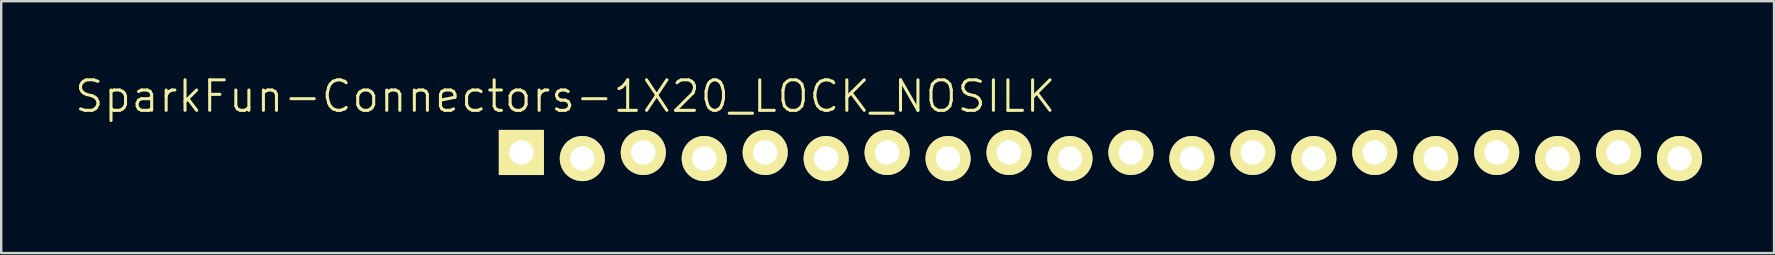
<source format=kicad_pcb>
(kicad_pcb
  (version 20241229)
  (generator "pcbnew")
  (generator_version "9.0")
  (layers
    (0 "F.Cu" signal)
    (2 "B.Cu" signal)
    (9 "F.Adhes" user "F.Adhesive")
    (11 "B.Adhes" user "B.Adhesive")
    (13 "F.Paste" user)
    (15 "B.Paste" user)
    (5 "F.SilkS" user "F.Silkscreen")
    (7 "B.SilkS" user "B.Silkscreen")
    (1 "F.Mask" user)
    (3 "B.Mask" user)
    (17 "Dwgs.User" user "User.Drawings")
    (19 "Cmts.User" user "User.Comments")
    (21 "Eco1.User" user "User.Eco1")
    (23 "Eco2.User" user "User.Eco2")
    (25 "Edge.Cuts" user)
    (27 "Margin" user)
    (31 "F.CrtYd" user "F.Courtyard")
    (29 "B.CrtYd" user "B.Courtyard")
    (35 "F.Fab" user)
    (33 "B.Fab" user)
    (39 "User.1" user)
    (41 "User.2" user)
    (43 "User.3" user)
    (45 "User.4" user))
  (footprint "SparkFun-Connectors-1X20_LOCK_NOSILK"
    (layer "F.Cu")
    (at 18.676 3.43)
    (property "Reference" "SparkFun-Connectors-1X20_LOCK_NOSILK" (at 1.829 -2.464 0) (layer "F.SilkS") (effects (font (size 1.27 1.27) (thickness 0.127))))
    (attr exclude_from_pos_files exclude_from_bom)
    (fp_line (start -0.254 -0.254) (end 0.254 -0.254) (stroke (width 0.066) (type solid)) (layer "F.SilkS"))
    (fp_line (start -0.254 0.254) (end -0.254 -0.254) (stroke (width 0.066) (type solid)) (layer "F.SilkS"))
    (fp_line (start -0.254 0.254) (end 0.254 0.254) (stroke (width 0.066) (type solid)) (layer "F.SilkS"))
    (fp_line (start 0.254 0.254) (end 0.254 -0.254) (stroke (width 0.066) (type solid)) (layer "F.SilkS"))
    (fp_line (start 2.286 -0.254) (end 2.794 -0.254) (stroke (width 0.066) (type solid)) (layer "F.SilkS"))
    (fp_line (start 2.286 0.254) (end 2.286 -0.254) (stroke (width 0.066) (type solid)) (layer "F.SilkS"))
    (fp_line (start 2.286 0.254) (end 2.794 0.254) (stroke (width 0.066) (type solid)) (layer "F.SilkS"))
    (fp_line (start 2.794 0.254) (end 2.794 -0.254) (stroke (width 0.066) (type solid)) (layer "F.SilkS"))
    (fp_line (start 4.826 -0.254) (end 5.334 -0.254) (stroke (width 0.066) (type solid)) (layer "F.SilkS"))
    (fp_line (start 4.826 0.254) (end 4.826 -0.254) (stroke (width 0.066) (type solid)) (layer "F.SilkS"))
    (fp_line (start 4.826 0.254) (end 5.334 0.254) (stroke (width 0.066) (type solid)) (layer "F.SilkS"))
    (fp_line (start 5.334 0.254) (end 5.334 -0.254) (stroke (width 0.066) (type solid)) (layer "F.SilkS"))
    (fp_line (start 7.366 -0.254) (end 7.874 -0.254) (stroke (width 0.066) (type solid)) (layer "F.SilkS"))
    (fp_line (start 7.366 0.254) (end 7.366 -0.254) (stroke (width 0.066) (type solid)) (layer "F.SilkS"))
    (fp_line (start 7.366 0.254) (end 7.874 0.254) (stroke (width 0.066) (type solid)) (layer "F.SilkS"))
    (fp_line (start 7.874 0.254) (end 7.874 -0.254) (stroke (width 0.066) (type solid)) (layer "F.SilkS"))
    (fp_line (start 9.906 -0.254) (end 10.414 -0.254) (stroke (width 0.066) (type solid)) (layer "F.SilkS"))
    (fp_line (start 9.906 0.254) (end 9.906 -0.254) (stroke (width 0.066) (type solid)) (layer "F.SilkS"))
    (fp_line (start 9.906 0.254) (end 10.414 0.254) (stroke (width 0.066) (type solid)) (layer "F.SilkS"))
    (fp_line (start 10.414 0.254) (end 10.414 -0.254) (stroke (width 0.066) (type solid)) (layer "F.SilkS"))
    (fp_line (start 12.446 -0.254) (end 12.954 -0.254) (stroke (width 0.066) (type solid)) (layer "F.SilkS"))
    (fp_line (start 12.446 0.254) (end 12.446 -0.254) (stroke (width 0.066) (type solid)) (layer "F.SilkS"))
    (fp_line (start 12.446 0.254) (end 12.954 0.254) (stroke (width 0.066) (type solid)) (layer "F.SilkS"))
    (fp_line (start 12.954 0.254) (end 12.954 -0.254) (stroke (width 0.066) (type solid)) (layer "F.SilkS"))
    (fp_line (start 14.986 -0.254) (end 15.494 -0.254) (stroke (width 0.066) (type solid)) (layer "F.SilkS"))
    (fp_line (start 14.986 0.254) (end 14.986 -0.254) (stroke (width 0.066) (type solid)) (layer "F.SilkS"))
    (fp_line (start 14.986 0.254) (end 15.494 0.254) (stroke (width 0.066) (type solid)) (layer "F.SilkS"))
    (fp_line (start 15.494 0.254) (end 15.494 -0.254) (stroke (width 0.066) (type solid)) (layer "F.SilkS"))
    (fp_line (start 17.523 -0.254) (end 18.034 -0.254) (stroke (width 0.066) (type solid)) (layer "F.SilkS"))
    (fp_line (start 17.523 0.254) (end 17.523 -0.254) (stroke (width 0.066) (type solid)) (layer "F.SilkS"))
    (fp_line (start 17.523 0.254) (end 18.034 0.254) (stroke (width 0.066) (type solid)) (layer "F.SilkS"))
    (fp_line (start 18.034 0.254) (end 18.034 -0.254) (stroke (width 0.066) (type solid)) (layer "F.SilkS"))
    (fp_line (start 20.066 -0.254) (end 20.574 -0.254) (stroke (width 0.066) (type solid)) (layer "F.SilkS"))
    (fp_line (start 20.066 0.254) (end 20.066 -0.254) (stroke (width 0.066) (type solid)) (layer "F.SilkS"))
    (fp_line (start 20.066 0.254) (end 20.574 0.254) (stroke (width 0.066) (type solid)) (layer "F.SilkS"))
    (fp_line (start 20.574 0.254) (end 20.574 -0.254) (stroke (width 0.066) (type solid)) (layer "F.SilkS"))
    (fp_line (start 22.606 -0.254) (end 23.114 -0.254) (stroke (width 0.066) (type solid)) (layer "F.SilkS"))
    (fp_line (start 22.606 0.254) (end 22.606 -0.254) (stroke (width 0.066) (type solid)) (layer "F.SilkS"))
    (fp_line (start 22.606 0.254) (end 23.114 0.254) (stroke (width 0.066) (type solid)) (layer "F.SilkS"))
    (fp_line (start 23.114 0.254) (end 23.114 -0.254) (stroke (width 0.066) (type solid)) (layer "F.SilkS"))
    (fp_line (start 25.146 -0.254) (end 25.654 -0.254) (stroke (width 0.066) (type solid)) (layer "F.SilkS"))
    (fp_line (start 25.146 0.254) (end 25.146 -0.254) (stroke (width 0.066) (type solid)) (layer "F.SilkS"))
    (fp_line (start 25.146 0.254) (end 25.654 0.254) (stroke (width 0.066) (type solid)) (layer "F.SilkS"))
    (fp_line (start 25.654 0.254) (end 25.654 -0.254) (stroke (width 0.066) (type solid)) (layer "F.SilkS"))
    (fp_line (start 27.686 -0.254) (end 28.194 -0.254) (stroke (width 0.066) (type solid)) (layer "F.SilkS"))
    (fp_line (start 27.686 0.254) (end 27.686 -0.254) (stroke (width 0.066) (type solid)) (layer "F.SilkS"))
    (fp_line (start 27.686 0.254) (end 28.194 0.254) (stroke (width 0.066) (type solid)) (layer "F.SilkS"))
    (fp_line (start 28.194 0.254) (end 28.194 -0.254) (stroke (width 0.066) (type solid)) (layer "F.SilkS"))
    (fp_line (start 30.226 -0.254) (end 30.734 -0.254) (stroke (width 0.066) (type solid)) (layer "F.SilkS"))
    (fp_line (start 30.226 0.254) (end 30.226 -0.254) (stroke (width 0.066) (type solid)) (layer "F.SilkS"))
    (fp_line (start 30.226 0.254) (end 30.734 0.254) (stroke (width 0.066) (type solid)) (layer "F.SilkS"))
    (fp_line (start 30.734 0.254) (end 30.734 -0.254) (stroke (width 0.066) (type solid)) (layer "F.SilkS"))
    (fp_line (start 32.766 -0.254) (end 33.274 -0.254) (stroke (width 0.066) (type solid)) (layer "F.SilkS"))
    (fp_line (start 32.766 0.254) (end 32.766 -0.254) (stroke (width 0.066) (type solid)) (layer "F.SilkS"))
    (fp_line (start 32.766 0.254) (end 33.274 0.254) (stroke (width 0.066) (type solid)) (layer "F.SilkS"))
    (fp_line (start 33.274 0.254) (end 33.274 -0.254) (stroke (width 0.066) (type solid)) (layer "F.SilkS"))
    (fp_line (start 35.303 -0.254) (end 35.814 -0.254) (stroke (width 0.066) (type solid)) (layer "F.SilkS"))
    (fp_line (start 35.303 0.254) (end 35.303 -0.254) (stroke (width 0.066) (type solid)) (layer "F.SilkS"))
    (fp_line (start 35.303 0.254) (end 35.814 0.254) (stroke (width 0.066) (type solid)) (layer "F.SilkS"))
    (fp_line (start 35.814 0.254) (end 35.814 -0.254) (stroke (width 0.066) (type solid)) (layer "F.SilkS"))
    (fp_line (start 37.846 -0.254) (end 38.354 -0.254) (stroke (width 0.066) (type solid)) (layer "F.SilkS"))
    (fp_line (start 37.846 0.254) (end 37.846 -0.254) (stroke (width 0.066) (type solid)) (layer "F.SilkS"))
    (fp_line (start 37.846 0.254) (end 38.354 0.254) (stroke (width 0.066) (type solid)) (layer "F.SilkS"))
    (fp_line (start 38.354 0.254) (end 38.354 -0.254) (stroke (width 0.066) (type solid)) (layer "F.SilkS"))
    (fp_line (start 40.386 -0.254) (end 40.894 -0.254) (stroke (width 0.066) (type solid)) (layer "F.SilkS"))
    (fp_line (start 40.386 0.254) (end 40.386 -0.254) (stroke (width 0.066) (type solid)) (layer "F.SilkS"))
    (fp_line (start 40.386 0.254) (end 40.894 0.254) (stroke (width 0.066) (type solid)) (layer "F.SilkS"))
    (fp_line (start 40.894 0.254) (end 40.894 -0.254) (stroke (width 0.066) (type solid)) (layer "F.SilkS"))
    (fp_line (start 42.926 -0.254) (end 43.434 -0.254) (stroke (width 0.066) (type solid)) (layer "F.SilkS"))
    (fp_line (start 42.926 0.254) (end 42.926 -0.254) (stroke (width 0.066) (type solid)) (layer "F.SilkS"))
    (fp_line (start 42.926 0.254) (end 43.434 0.254) (stroke (width 0.066) (type solid)) (layer "F.SilkS"))
    (fp_line (start 43.434 0.254) (end 43.434 -0.254) (stroke (width 0.066) (type solid)) (layer "F.SilkS"))
    (fp_line (start 45.466 -0.254) (end 45.974 -0.254) (stroke (width 0.066) (type solid)) (layer "F.SilkS"))
    (fp_line (start 45.466 0.254) (end 45.466 -0.254) (stroke (width 0.066) (type solid)) (layer "F.SilkS"))
    (fp_line (start 45.466 0.254) (end 45.974 0.254) (stroke (width 0.066) (type solid)) (layer "F.SilkS"))
    (fp_line (start 45.974 0.254) (end 45.974 -0.254) (stroke (width 0.066) (type solid)) (layer "F.SilkS"))
    (fp_line (start 48.006 -0.254) (end 48.514 -0.254) (stroke (width 0.066) (type solid)) (layer "F.SilkS"))
    (fp_line (start 48.006 0.254) (end 48.006 -0.254) (stroke (width 0.066) (type solid)) (layer "F.SilkS"))
    (fp_line (start 48.006 0.254) (end 48.514 0.254) (stroke (width 0.066) (type solid)) (layer "F.SilkS"))
    (fp_line (start 48.514 0.254) (end 48.514 -0.254) (stroke (width 0.066) (type solid)) (layer "F.SilkS"))
    (pad "1" thru_hole rect (at 0 -0.127) (size 1.88 1.88) (drill 1.016) (layers "*.Cu" "F.Mask" "F.SilkS" "F.Paste"))
    (pad "2" thru_hole circle (at 2.54 0.127) (size 1.88 1.88) (drill 1.016) (layers "*.Cu" "F.Mask" "F.SilkS" "F.Paste"))
    (pad "3" thru_hole circle (at 5.08 -0.127) (size 1.88 1.88) (drill 1.016) (layers "*.Cu" "F.Mask" "F.SilkS" "F.Paste"))
    (pad "4" thru_hole circle (at 7.62 0.127) (size 1.88 1.88) (drill 1.016) (layers "*.Cu" "F.Mask" "F.SilkS" "F.Paste"))
    (pad "5" thru_hole circle (at 10.16 -0.127) (size 1.88 1.88) (drill 1.016) (layers "*.Cu" "F.Mask" "F.SilkS" "F.Paste"))
    (pad "6" thru_hole circle (at 12.7 0.127) (size 1.88 1.88) (drill 1.016) (layers "*.Cu" "F.Mask" "F.SilkS" "F.Paste"))
    (pad "7" thru_hole circle (at 15.24 -0.127) (size 1.88 1.88) (drill 1.016) (layers "*.Cu" "F.Mask" "F.SilkS" "F.Paste"))
    (pad "8" thru_hole circle (at 17.78 0.127) (size 1.88 1.88) (drill 1.016) (layers "*.Cu" "F.Mask" "F.SilkS" "F.Paste"))
    (pad "9" thru_hole circle (at 20.32 -0.127) (size 1.88 1.88) (drill 1.016) (layers "*.Cu" "F.Mask" "F.SilkS" "F.Paste"))
    (pad "10" thru_hole circle (at 22.86 0.127) (size 1.88 1.88) (drill 1.016) (layers "*.Cu" "F.Mask" "F.SilkS" "F.Paste"))
    (pad "11" thru_hole circle (at 25.4 -0.127) (size 1.88 1.88) (drill 1.016) (layers "*.Cu" "F.Mask" "F.SilkS" "F.Paste"))
    (pad "12" thru_hole circle (at 27.94 0.127) (size 1.88 1.88) (drill 1.016) (layers "*.Cu" "F.Mask" "F.SilkS" "F.Paste"))
    (pad "13" thru_hole circle (at 30.48 -0.127) (size 1.88 1.88) (drill 1.016) (layers "*.Cu" "F.Mask" "F.SilkS" "F.Paste"))
    (pad "14" thru_hole circle (at 33.02 0.127) (size 1.88 1.88) (drill 1.016) (layers "*.Cu" "F.Mask" "F.SilkS" "F.Paste"))
    (pad "15" thru_hole circle (at 35.56 -0.127) (size 1.88 1.88) (drill 1.016) (layers "*.Cu" "F.Mask" "F.SilkS" "F.Paste"))
    (pad "16" thru_hole circle (at 38.1 0.127) (size 1.88 1.88) (drill 1.016) (layers "*.Cu" "F.Mask" "F.SilkS" "F.Paste"))
    (pad "17" thru_hole circle (at 40.64 -0.127) (size 1.88 1.88) (drill 1.016) (layers "*.Cu" "F.Mask" "F.SilkS" "F.Paste"))
    (pad "18" thru_hole circle (at 43.18 0.127) (size 1.88 1.88) (drill 1.016) (layers "*.Cu" "F.Mask" "F.SilkS" "F.Paste"))
    (pad "19" thru_hole circle (at 45.72 -0.127) (size 1.88 1.88) (drill 1.016) (layers "*.Cu" "F.Mask" "F.SilkS" "F.Paste"))
    (pad "20" thru_hole circle (at 48.26 0.127) (size 1.88 1.88) (drill 1.016) (layers "*.Cu" "F.Mask" "F.SilkS" "F.Paste")))
  (gr_rect
    (start -3 -3)
    (end 70.875 7.496)
    (stroke (width 0.1) (type default))
    (fill no)
    (layer "Edge.Cuts")))
</source>
